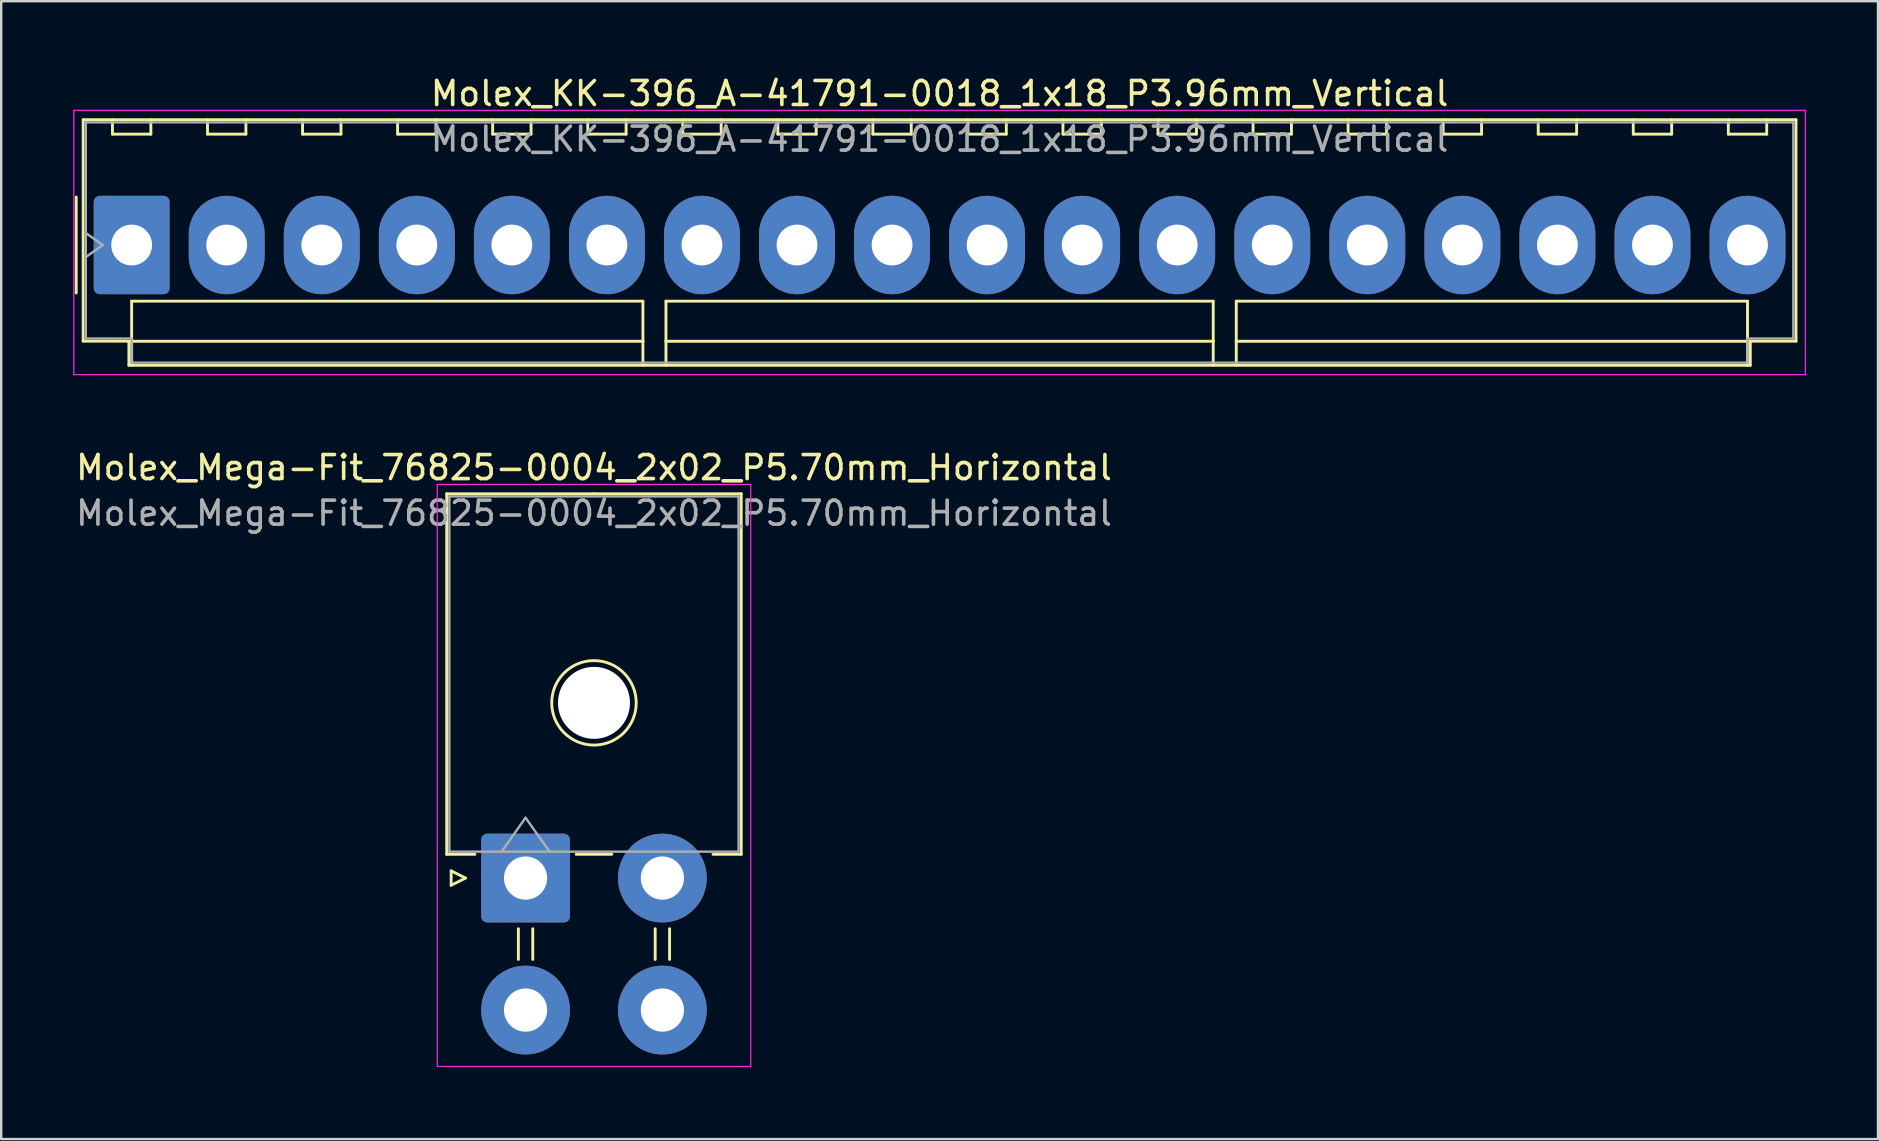
<source format=kicad_pcb>
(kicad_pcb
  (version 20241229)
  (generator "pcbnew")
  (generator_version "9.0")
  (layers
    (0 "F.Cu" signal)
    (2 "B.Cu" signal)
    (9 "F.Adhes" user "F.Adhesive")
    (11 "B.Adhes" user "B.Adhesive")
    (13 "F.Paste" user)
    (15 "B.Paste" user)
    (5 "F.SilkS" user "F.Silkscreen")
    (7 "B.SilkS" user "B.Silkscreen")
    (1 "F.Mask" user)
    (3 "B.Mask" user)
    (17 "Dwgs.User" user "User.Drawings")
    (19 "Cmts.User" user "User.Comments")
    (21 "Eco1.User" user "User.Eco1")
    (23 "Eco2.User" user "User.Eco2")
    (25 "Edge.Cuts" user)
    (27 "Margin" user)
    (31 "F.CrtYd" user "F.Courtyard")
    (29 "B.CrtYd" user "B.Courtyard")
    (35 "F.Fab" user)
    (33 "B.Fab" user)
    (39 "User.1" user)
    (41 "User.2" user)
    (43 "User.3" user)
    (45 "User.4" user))
  (footprint "Molex_Mega-Fit_76825-0004_2x02_P5.70mm_Horizontal"
    (layer "F.Cu")
    (at 18.846 33.532)
    (property "Reference" "Molex_Mega-Fit_76825-0004_2x02_P5.70mm_Horizontal" (at 2.85 -17.1 0) (layer "F.SilkS") (effects (font (size 1 1) (thickness 0.15))))
    (attr through_hole)
    (fp_line (start -3.285 -16.01) (end -3.285 -0.99) (stroke (width 0.12) (type solid)) (layer "F.SilkS"))
    (fp_line (start -3.285 -0.99) (end -2.11 -0.99) (stroke (width 0.12) (type solid)) (layer "F.SilkS"))
    (fp_line (start -3.1 -0.3) (end -2.5 0) (stroke (width 0.12) (type solid)) (layer "F.SilkS"))
    (fp_line (start -3.1 0.3) (end -3.1 -0.3) (stroke (width 0.12) (type solid)) (layer "F.SilkS"))
    (fp_line (start -2.5 0) (end -3.1 0.3) (stroke (width 0.12) (type solid)) (layer "F.SilkS"))
    (fp_line (start -0.3 2.11) (end -0.3 3.39) (stroke (width 0.12) (type solid)) (layer "F.SilkS"))
    (fp_line (start 0.3 2.11) (end 0.3 3.39) (stroke (width 0.12) (type solid)) (layer "F.SilkS"))
    (fp_line (start 2.11 -0.99) (end 3.59 -0.99) (stroke (width 0.12) (type solid)) (layer "F.SilkS"))
    (fp_line (start 2.85 -16.01) (end -3.285 -16.01) (stroke (width 0.12) (type solid)) (layer "F.SilkS"))
    (fp_line (start 2.85 -16.01) (end 8.985 -16.01) (stroke (width 0.12) (type solid)) (layer "F.SilkS"))
    (fp_line (start 5.4 2.11) (end 5.4 3.39) (stroke (width 0.12) (type solid)) (layer "F.SilkS"))
    (fp_line (start 6 2.11) (end 6 3.39) (stroke (width 0.12) (type solid)) (layer "F.SilkS"))
    (fp_line (start 8.985 -16.01) (end 8.985 -0.99) (stroke (width 0.12) (type solid)) (layer "F.SilkS"))
    (fp_line (start 8.985 -0.99) (end 7.81 -0.99) (stroke (width 0.12) (type solid)) (layer "F.SilkS"))
    (fp_circle (center 2.85 -7.3) (end 4.61 -7.3) (stroke (width 0.12) (type solid)) (fill no) (layer "F.SilkS"))
    (fp_line (start -3.68 -16.4) (end -3.68 7.85) (stroke (width 0.05) (type solid)) (layer "F.CrtYd"))
    (fp_line (start -3.68 7.85) (end 9.38 7.85) (stroke (width 0.05) (type solid)) (layer "F.CrtYd"))
    (fp_line (start 9.38 -16.4) (end -3.68 -16.4) (stroke (width 0.05) (type solid)) (layer "F.CrtYd"))
    (fp_line (start 9.38 7.85) (end 9.38 -16.4) (stroke (width 0.05) (type solid)) (layer "F.CrtYd"))
    (fp_line (start -3.175 -15.9) (end -3.175 -1.1) (stroke (width 0.1) (type solid)) (layer "F.Fab"))
    (fp_line (start -3.175 -1.1) (end 8.875 -1.1) (stroke (width 0.1) (type solid)) (layer "F.Fab"))
    (fp_line (start -1 -1.1) (end 0 -2.514) (stroke (width 0.1) (type solid)) (layer "F.Fab"))
    (fp_line (start 0 -2.514) (end 1 -1.1) (stroke (width 0.1) (type solid)) (layer "F.Fab"))
    (fp_line (start 8.875 -15.9) (end -3.175 -15.9) (stroke (width 0.1) (type solid)) (layer "F.Fab"))
    (fp_line (start 8.875 -1.1) (end 8.875 -15.9) (stroke (width 0.1) (type solid)) (layer "F.Fab"))
    (fp_text user "${REFERENCE}" (at 2.85 -15.2 0) (layer "F.Fab") (effects (font (size 1 1) (thickness 0.15))))
    (pad "" np_thru_hole circle (at 2.85 -7.3) (size 3 3) (drill 3) (layers "*.Cu" "*.Mask"))
    (pad "1" thru_hole roundrect (at 0 0) (size 3.7 3.7) (drill 1.8) (layers "*.Cu" "*.Mask") (roundrect_rratio 0.068))
    (pad "2" thru_hole circle (at 5.7 0) (size 3.7 3.7) (drill 1.8) (layers "*.Cu" "*.Mask"))
    (pad "3" thru_hole circle (at 0 5.5) (size 3.7 3.7) (drill 1.8) (layers "*.Cu" "*.Mask"))
    (pad "4" thru_hole circle (at 5.7 5.5) (size 3.7 3.7) (drill 1.8) (layers "*.Cu" "*.Mask")))
  (footprint "Molex_KK-396_A-41791-0018_1x18_P3.96mm_Vertical"
    (layer "F.Cu")
    (at 2.435 7.158)
    (property "Reference" "Molex_KK-396_A-41791-0018_1x18_P3.96mm_Vertical" (at 33.66 -6.31 0) (layer "F.SilkS") (effects (font (size 1 1) (thickness 0.15))))
    (attr through_hole)
    (fp_line (start -2.31 -2) (end -2.31 2) (stroke (width 0.12) (type solid)) (layer "F.SilkS"))
    (fp_line (start -2.02 -5.22) (end 69.34 -5.22) (stroke (width 0.12) (type solid)) (layer "F.SilkS"))
    (fp_line (start -2.02 4.005) (end -2.02 -5.22) (stroke (width 0.12) (type solid)) (layer "F.SilkS"))
    (fp_line (start -0.8 -5.22) (end -0.8 -4.62) (stroke (width 0.12) (type solid)) (layer "F.SilkS"))
    (fp_line (start -0.8 -4.62) (end 0.8 -4.62) (stroke (width 0.12) (type solid)) (layer "F.SilkS"))
    (fp_line (start -0.115 4.005) (end -2.02 4.005) (stroke (width 0.12) (type solid)) (layer "F.SilkS"))
    (fp_line (start -0.115 5.01) (end -0.115 4.005) (stroke (width 0.12) (type solid)) (layer "F.SilkS"))
    (fp_line (start 0 2.34) (end 21.3 2.34) (stroke (width 0.12) (type solid)) (layer "F.SilkS"))
    (fp_line (start 0 4.01) (end 0 2.34) (stroke (width 0.12) (type solid)) (layer "F.SilkS"))
    (fp_line (start 0 4.01) (end 21.3 4.01) (stroke (width 0.12) (type solid)) (layer "F.SilkS"))
    (fp_line (start 0 5.01) (end 0 4.01) (stroke (width 0.12) (type solid)) (layer "F.SilkS"))
    (fp_line (start 0.8 -4.62) (end 0.8 -5.22) (stroke (width 0.12) (type solid)) (layer "F.SilkS"))
    (fp_line (start 3.16 -5.22) (end 3.16 -4.62) (stroke (width 0.12) (type solid)) (layer "F.SilkS"))
    (fp_line (start 3.16 -4.62) (end 4.76 -4.62) (stroke (width 0.12) (type solid)) (layer "F.SilkS"))
    (fp_line (start 4.76 -4.62) (end 4.76 -5.22) (stroke (width 0.12) (type solid)) (layer "F.SilkS"))
    (fp_line (start 7.12 -5.22) (end 7.12 -4.62) (stroke (width 0.12) (type solid)) (layer "F.SilkS"))
    (fp_line (start 7.12 -4.62) (end 8.72 -4.62) (stroke (width 0.12) (type solid)) (layer "F.SilkS"))
    (fp_line (start 8.72 -4.62) (end 8.72 -5.22) (stroke (width 0.12) (type solid)) (layer "F.SilkS"))
    (fp_line (start 11.08 -5.22) (end 11.08 -4.62) (stroke (width 0.12) (type solid)) (layer "F.SilkS"))
    (fp_line (start 11.08 -4.62) (end 12.68 -4.62) (stroke (width 0.12) (type solid)) (layer "F.SilkS"))
    (fp_line (start 12.68 -4.62) (end 12.68 -5.22) (stroke (width 0.12) (type solid)) (layer "F.SilkS"))
    (fp_line (start 15.04 -5.22) (end 15.04 -4.62) (stroke (width 0.12) (type solid)) (layer "F.SilkS"))
    (fp_line (start 15.04 -4.62) (end 16.64 -4.62) (stroke (width 0.12) (type solid)) (layer "F.SilkS"))
    (fp_line (start 16.64 -4.62) (end 16.64 -5.22) (stroke (width 0.12) (type solid)) (layer "F.SilkS"))
    (fp_line (start 19 -5.22) (end 19 -4.62) (stroke (width 0.12) (type solid)) (layer "F.SilkS"))
    (fp_line (start 19 -4.62) (end 20.6 -4.62) (stroke (width 0.12) (type solid)) (layer "F.SilkS"))
    (fp_line (start 20.6 -4.62) (end 20.6 -5.22) (stroke (width 0.12) (type solid)) (layer "F.SilkS"))
    (fp_line (start 21.3 2.34) (end 21.3 4.01) (stroke (width 0.12) (type solid)) (layer "F.SilkS"))
    (fp_line (start 21.3 4.01) (end 21.3 5.01) (stroke (width 0.12) (type solid)) (layer "F.SilkS"))
    (fp_line (start 22.26 2.34) (end 45.06 2.34) (stroke (width 0.12) (type solid)) (layer "F.SilkS"))
    (fp_line (start 22.26 4.01) (end 22.26 2.34) (stroke (width 0.12) (type solid)) (layer "F.SilkS"))
    (fp_line (start 22.26 4.01) (end 45.06 4.01) (stroke (width 0.12) (type solid)) (layer "F.SilkS"))
    (fp_line (start 22.26 5.01) (end 22.26 4.01) (stroke (width 0.12) (type solid)) (layer "F.SilkS"))
    (fp_line (start 22.96 -5.22) (end 22.96 -4.62) (stroke (width 0.12) (type solid)) (layer "F.SilkS"))
    (fp_line (start 22.96 -4.62) (end 24.56 -4.62) (stroke (width 0.12) (type solid)) (layer "F.SilkS"))
    (fp_line (start 24.56 -4.62) (end 24.56 -5.22) (stroke (width 0.12) (type solid)) (layer "F.SilkS"))
    (fp_line (start 26.92 -5.22) (end 26.92 -4.62) (stroke (width 0.12) (type solid)) (layer "F.SilkS"))
    (fp_line (start 26.92 -4.62) (end 28.52 -4.62) (stroke (width 0.12) (type solid)) (layer "F.SilkS"))
    (fp_line (start 28.52 -4.62) (end 28.52 -5.22) (stroke (width 0.12) (type solid)) (layer "F.SilkS"))
    (fp_line (start 30.88 -5.22) (end 30.88 -4.62) (stroke (width 0.12) (type solid)) (layer "F.SilkS"))
    (fp_line (start 30.88 -4.62) (end 32.48 -4.62) (stroke (width 0.12) (type solid)) (layer "F.SilkS"))
    (fp_line (start 32.48 -4.62) (end 32.48 -5.22) (stroke (width 0.12) (type solid)) (layer "F.SilkS"))
    (fp_line (start 34.84 -5.22) (end 34.84 -4.62) (stroke (width 0.12) (type solid)) (layer "F.SilkS"))
    (fp_line (start 34.84 -4.62) (end 36.44 -4.62) (stroke (width 0.12) (type solid)) (layer "F.SilkS"))
    (fp_line (start 36.44 -4.62) (end 36.44 -5.22) (stroke (width 0.12) (type solid)) (layer "F.SilkS"))
    (fp_line (start 38.8 -5.22) (end 38.8 -4.62) (stroke (width 0.12) (type solid)) (layer "F.SilkS"))
    (fp_line (start 38.8 -4.62) (end 40.4 -4.62) (stroke (width 0.12) (type solid)) (layer "F.SilkS"))
    (fp_line (start 40.4 -4.62) (end 40.4 -5.22) (stroke (width 0.12) (type solid)) (layer "F.SilkS"))
    (fp_line (start 42.76 -5.22) (end 42.76 -4.62) (stroke (width 0.12) (type solid)) (layer "F.SilkS"))
    (fp_line (start 42.76 -4.62) (end 44.36 -4.62) (stroke (width 0.12) (type solid)) (layer "F.SilkS"))
    (fp_line (start 44.36 -4.62) (end 44.36 -5.22) (stroke (width 0.12) (type solid)) (layer "F.SilkS"))
    (fp_line (start 45.06 2.34) (end 45.06 4.01) (stroke (width 0.12) (type solid)) (layer "F.SilkS"))
    (fp_line (start 45.06 4.01) (end 45.06 5.01) (stroke (width 0.12) (type solid)) (layer "F.SilkS"))
    (fp_line (start 46.02 2.34) (end 67.32 2.34) (stroke (width 0.12) (type solid)) (layer "F.SilkS"))
    (fp_line (start 46.02 4.01) (end 46.02 2.34) (stroke (width 0.12) (type solid)) (layer "F.SilkS"))
    (fp_line (start 46.02 4.01) (end 67.32 4.01) (stroke (width 0.12) (type solid)) (layer "F.SilkS"))
    (fp_line (start 46.02 5.01) (end 46.02 4.01) (stroke (width 0.12) (type solid)) (layer "F.SilkS"))
    (fp_line (start 46.72 -5.22) (end 46.72 -4.62) (stroke (width 0.12) (type solid)) (layer "F.SilkS"))
    (fp_line (start 46.72 -4.62) (end 48.32 -4.62) (stroke (width 0.12) (type solid)) (layer "F.SilkS"))
    (fp_line (start 48.32 -4.62) (end 48.32 -5.22) (stroke (width 0.12) (type solid)) (layer "F.SilkS"))
    (fp_line (start 50.68 -5.22) (end 50.68 -4.62) (stroke (width 0.12) (type solid)) (layer "F.SilkS"))
    (fp_line (start 50.68 -4.62) (end 52.28 -4.62) (stroke (width 0.12) (type solid)) (layer "F.SilkS"))
    (fp_line (start 52.28 -4.62) (end 52.28 -5.22) (stroke (width 0.12) (type solid)) (layer "F.SilkS"))
    (fp_line (start 54.64 -5.22) (end 54.64 -4.62) (stroke (width 0.12) (type solid)) (layer "F.SilkS"))
    (fp_line (start 54.64 -4.62) (end 56.24 -4.62) (stroke (width 0.12) (type solid)) (layer "F.SilkS"))
    (fp_line (start 56.24 -4.62) (end 56.24 -5.22) (stroke (width 0.12) (type solid)) (layer "F.SilkS"))
    (fp_line (start 58.6 -5.22) (end 58.6 -4.62) (stroke (width 0.12) (type solid)) (layer "F.SilkS"))
    (fp_line (start 58.6 -4.62) (end 60.2 -4.62) (stroke (width 0.12) (type solid)) (layer "F.SilkS"))
    (fp_line (start 60.2 -4.62) (end 60.2 -5.22) (stroke (width 0.12) (type solid)) (layer "F.SilkS"))
    (fp_line (start 62.56 -5.22) (end 62.56 -4.62) (stroke (width 0.12) (type solid)) (layer "F.SilkS"))
    (fp_line (start 62.56 -4.62) (end 64.16 -4.62) (stroke (width 0.12) (type solid)) (layer "F.SilkS"))
    (fp_line (start 64.16 -4.62) (end 64.16 -5.22) (stroke (width 0.12) (type solid)) (layer "F.SilkS"))
    (fp_line (start 66.52 -5.22) (end 66.52 -4.62) (stroke (width 0.12) (type solid)) (layer "F.SilkS"))
    (fp_line (start 66.52 -4.62) (end 68.12 -4.62) (stroke (width 0.12) (type solid)) (layer "F.SilkS"))
    (fp_line (start 67.32 2.34) (end 67.32 4.01) (stroke (width 0.12) (type solid)) (layer "F.SilkS"))
    (fp_line (start 67.32 4.01) (end 67.32 5.01) (stroke (width 0.12) (type solid)) (layer "F.SilkS"))
    (fp_line (start 67.435 4.005) (end 67.435 5.01) (stroke (width 0.12) (type solid)) (layer "F.SilkS"))
    (fp_line (start 67.435 5.01) (end -0.115 5.01) (stroke (width 0.12) (type solid)) (layer "F.SilkS"))
    (fp_line (start 68.12 -4.62) (end 68.12 -5.22) (stroke (width 0.12) (type solid)) (layer "F.SilkS"))
    (fp_line (start 69.34 -5.22) (end 69.34 4.005) (stroke (width 0.12) (type solid)) (layer "F.SilkS"))
    (fp_line (start 69.34 4.005) (end 67.435 4.005) (stroke (width 0.12) (type solid)) (layer "F.SilkS"))
    (fp_line (start -2.41 -5.61) (end -2.41 5.4) (stroke (width 0.05) (type solid)) (layer "F.CrtYd"))
    (fp_line (start -2.41 5.4) (end 69.73 5.4) (stroke (width 0.05) (type solid)) (layer "F.CrtYd"))
    (fp_line (start 69.73 -5.61) (end -2.41 -5.61) (stroke (width 0.05) (type solid)) (layer "F.CrtYd"))
    (fp_line (start 69.73 5.4) (end 69.73 -5.61) (stroke (width 0.05) (type solid)) (layer "F.CrtYd"))
    (fp_line (start -1.91 -5.11) (end 69.23 -5.11) (stroke (width 0.1) (type solid)) (layer "F.Fab"))
    (fp_line (start -1.91 -0.5) (end -1.203 0) (stroke (width 0.1) (type solid)) (layer "F.Fab"))
    (fp_line (start -1.91 3.895) (end -1.91 -5.11) (stroke (width 0.1) (type solid)) (layer "F.Fab"))
    (fp_line (start -1.203 0) (end -1.91 0.5) (stroke (width 0.1) (type solid)) (layer "F.Fab"))
    (fp_line (start -0.005 3.895) (end -1.91 3.895) (stroke (width 0.1) (type solid)) (layer "F.Fab"))
    (fp_line (start -0.005 4.9) (end -0.005 3.895) (stroke (width 0.1) (type solid)) (layer "F.Fab"))
    (fp_line (start 67.325 3.895) (end 67.325 4.9) (stroke (width 0.1) (type solid)) (layer "F.Fab"))
    (fp_line (start 67.325 4.9) (end -0.005 4.9) (stroke (width 0.1) (type solid)) (layer "F.Fab"))
    (fp_line (start 69.23 -5.11) (end 69.23 3.895) (stroke (width 0.1) (type solid)) (layer "F.Fab"))
    (fp_line (start 69.23 3.895) (end 67.325 3.895) (stroke (width 0.1) (type solid)) (layer "F.Fab"))
    (fp_text user "${REFERENCE}" (at 33.66 -4.41 0) (layer "F.Fab") (effects (font (size 1 1) (thickness 0.15))))
    (pad "1" thru_hole roundrect (at 0 0) (size 3.16 4.1) (drill 1.7) (layers "*.Cu" "*.Mask") (roundrect_rratio 0.079))
    (pad "2" thru_hole oval (at 3.96 0) (size 3.16 4.1) (drill 1.7) (layers "*.Cu" "*.Mask"))
    (pad "3" thru_hole oval (at 7.92 0) (size 3.16 4.1) (drill 1.7) (layers "*.Cu" "*.Mask"))
    (pad "4" thru_hole oval (at 11.88 0) (size 3.16 4.1) (drill 1.7) (layers "*.Cu" "*.Mask"))
    (pad "5" thru_hole oval (at 15.84 0) (size 3.16 4.1) (drill 1.7) (layers "*.Cu" "*.Mask"))
    (pad "6" thru_hole oval (at 19.8 0) (size 3.16 4.1) (drill 1.7) (layers "*.Cu" "*.Mask"))
    (pad "7" thru_hole oval (at 23.76 0) (size 3.16 4.1) (drill 1.7) (layers "*.Cu" "*.Mask"))
    (pad "8" thru_hole oval (at 27.72 0) (size 3.16 4.1) (drill 1.7) (layers "*.Cu" "*.Mask"))
    (pad "9" thru_hole oval (at 31.68 0) (size 3.16 4.1) (drill 1.7) (layers "*.Cu" "*.Mask"))
    (pad "10" thru_hole oval (at 35.64 0) (size 3.16 4.1) (drill 1.7) (layers "*.Cu" "*.Mask"))
    (pad "11" thru_hole oval (at 39.6 0) (size 3.16 4.1) (drill 1.7) (layers "*.Cu" "*.Mask"))
    (pad "12" thru_hole oval (at 43.56 0) (size 3.16 4.1) (drill 1.7) (layers "*.Cu" "*.Mask"))
    (pad "13" thru_hole oval (at 47.52 0) (size 3.16 4.1) (drill 1.7) (layers "*.Cu" "*.Mask"))
    (pad "14" thru_hole oval (at 51.48 0) (size 3.16 4.1) (drill 1.7) (layers "*.Cu" "*.Mask"))
    (pad "15" thru_hole oval (at 55.44 0) (size 3.16 4.1) (drill 1.7) (layers "*.Cu" "*.Mask"))
    (pad "16" thru_hole oval (at 59.4 0) (size 3.16 4.1) (drill 1.7) (layers "*.Cu" "*.Mask"))
    (pad "17" thru_hole oval (at 63.36 0) (size 3.16 4.1) (drill 1.7) (layers "*.Cu" "*.Mask"))
    (pad "18" thru_hole oval (at 67.32 0) (size 3.16 4.1) (drill 1.7) (layers "*.Cu" "*.Mask")))
  (gr_rect
    (start -3 -3)
    (end 75.19 44.407)
    (stroke (width 0.1) (type default))
    (fill no)
    (layer "Edge.Cuts")))
</source>
